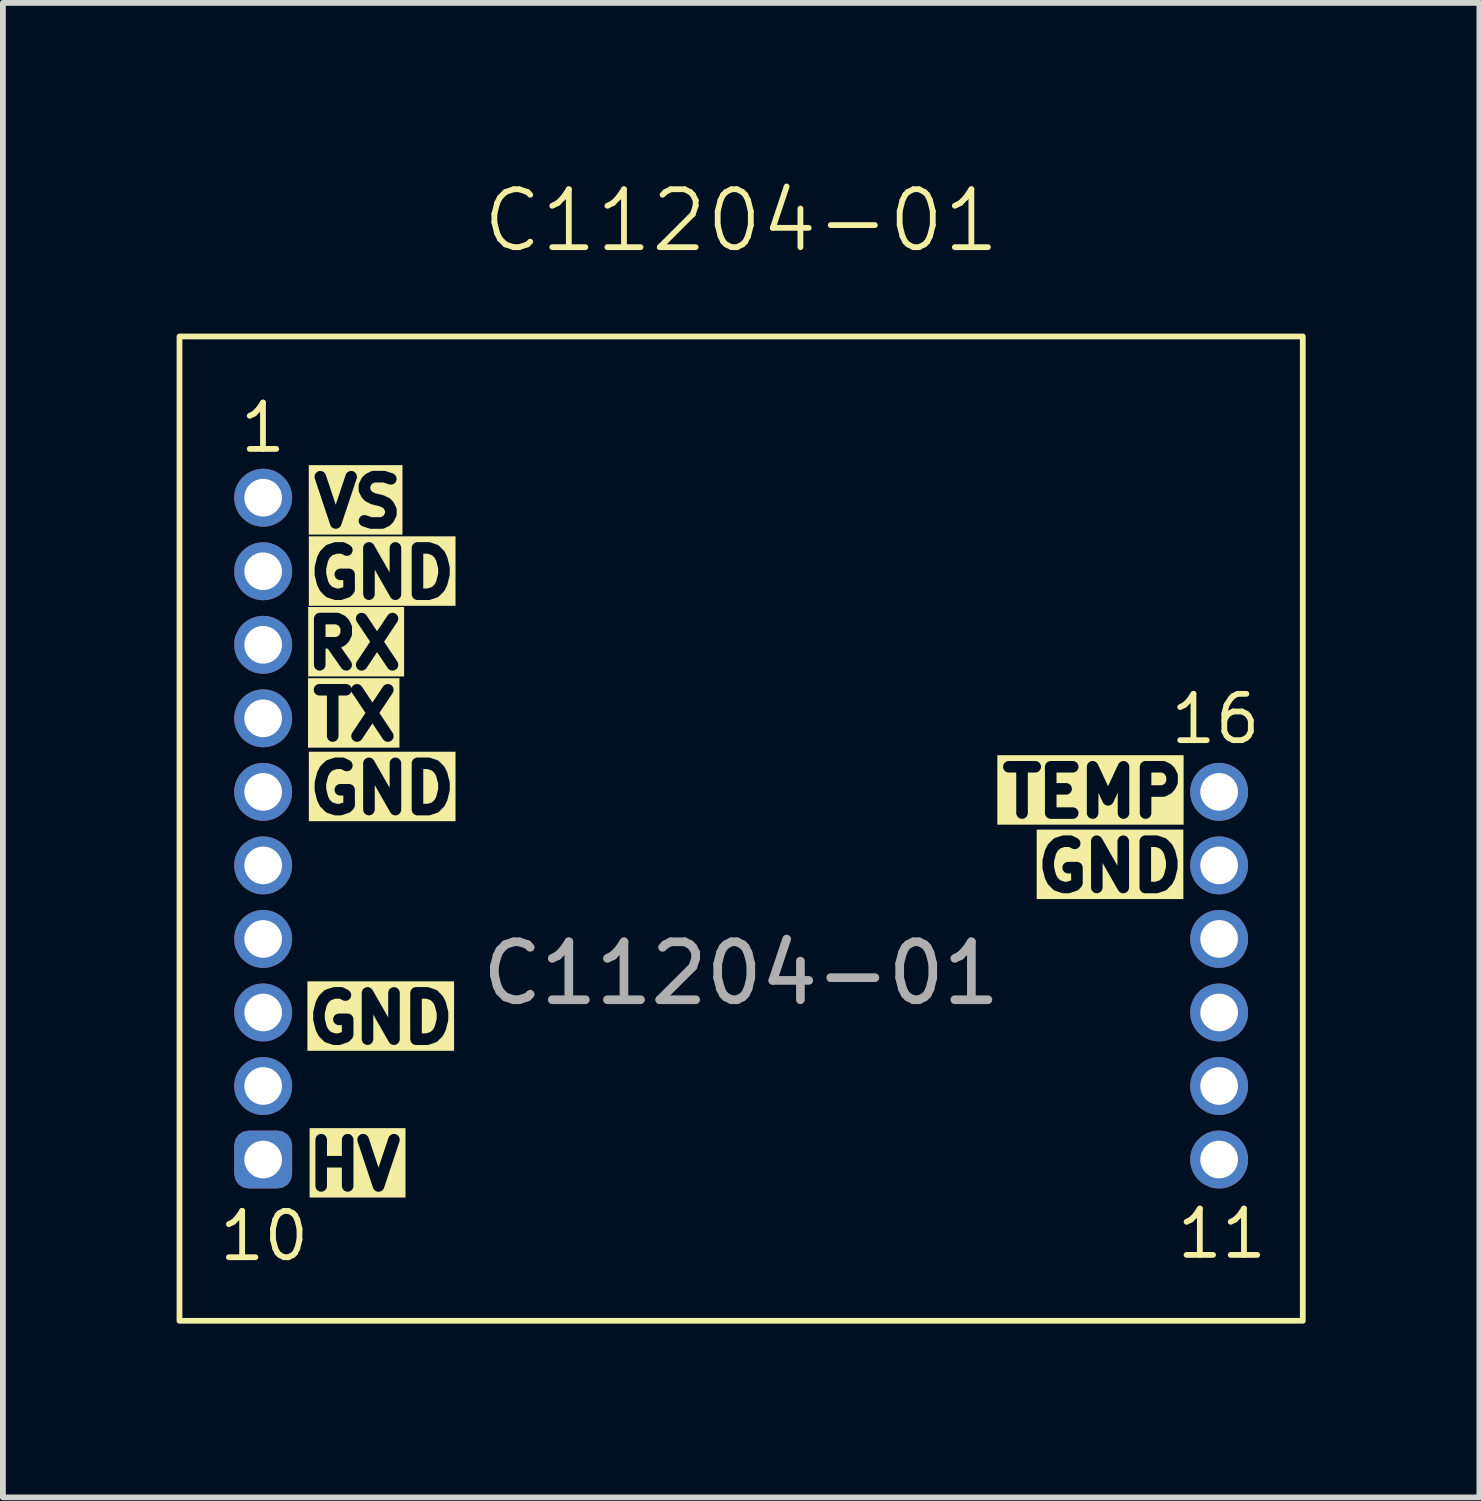
<source format=kicad_pcb>
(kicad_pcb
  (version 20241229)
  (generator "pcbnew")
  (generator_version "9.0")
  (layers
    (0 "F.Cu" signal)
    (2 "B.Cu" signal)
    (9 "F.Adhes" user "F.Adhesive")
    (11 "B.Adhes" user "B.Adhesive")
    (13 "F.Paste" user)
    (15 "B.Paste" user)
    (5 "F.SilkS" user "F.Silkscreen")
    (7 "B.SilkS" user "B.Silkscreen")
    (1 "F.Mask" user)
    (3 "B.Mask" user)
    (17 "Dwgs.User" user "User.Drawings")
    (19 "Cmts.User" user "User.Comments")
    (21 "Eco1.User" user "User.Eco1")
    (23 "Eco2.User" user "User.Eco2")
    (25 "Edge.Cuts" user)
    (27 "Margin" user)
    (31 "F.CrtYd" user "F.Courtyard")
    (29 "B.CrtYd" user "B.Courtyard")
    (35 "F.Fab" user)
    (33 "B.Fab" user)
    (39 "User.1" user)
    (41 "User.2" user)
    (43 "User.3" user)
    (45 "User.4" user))
  (footprint "C11204-01"
    (layer "F.Cu")
    (at 9.75 11.261)
    (property "Reference" "C11204-01" (at 0 -10.5 0) (unlocked yes) (layer "F.SilkS") (effects (font (size 1 1) (thickness 0.1))))
    (attr through_hole)
    (fp_rect (start -9.7 -8.5) (end 9.7 8.5) (stroke (width 0.1) (type default)) (fill no) (layer "F.SilkS"))
    (fp_text user "GND" (at -7.575 3.745 0) (unlocked yes) (layer "F.SilkS" knockout) (effects (font (size 0.8 0.8) (thickness 0.2) (bold yes)) (justify left bottom)))
    (fp_text user "TEMP" (at 4.415 -0.16 0) (unlocked yes) (layer "F.SilkS" knockout) (effects (font (size 0.8 0.8) (thickness 0.2) (bold yes)) (justify left bottom)))
    (fp_text user "VS" (at -7.476 -5.17 0) (unlocked yes) (layer "F.SilkS" knockout) (effects (font (size 0.8 0.8) (thickness 0.2) (bold yes)) (justify left bottom)))
    (fp_text user "1" (at -8.705 -6.455 0) (unlocked yes) (layer "F.SilkS") (effects (font (size 0.8 0.8) (thickness 0.1)) (justify left bottom)))
    (fp_text user "16" (at 7.365 -1.425 0) (unlocked yes) (layer "F.SilkS") (effects (font (size 0.8 0.8) (thickness 0.1)) (justify left bottom)))
    (fp_text user "TX" (at -7.49 -1.49 0) (unlocked yes) (layer "F.SilkS" knockout) (effects (font (size 0.8 0.8) (thickness 0.2) (bold yes)) (justify left bottom)))
    (fp_text user "10" (at -9.065 7.505 0) (unlocked yes) (layer "F.SilkS") (effects (font (size 0.8 0.8) (thickness 0.1)) (justify left bottom)))
    (fp_text user "GND" (at -7.55 -0.22 0) (unlocked yes) (layer "F.SilkS" knockout) (effects (font (size 0.8 0.8) (thickness 0.2) (bold yes)) (justify left bottom)))
    (fp_text user "11" (at 7.475 7.465 0) (unlocked yes) (layer "F.SilkS") (effects (font (size 0.8 0.8) (thickness 0.1)) (justify left bottom)))
    (fp_text user "RX" (at -7.6 -2.72 0) (unlocked yes) (layer "F.SilkS" knockout) (effects (font (size 0.8 0.8) (thickness 0.2) (bold yes)) (justify left bottom)))
    (fp_text user "GND" (at -7.55 -3.94 0) (unlocked yes) (layer "F.SilkS" knockout) (effects (font (size 0.8 0.8) (thickness 0.2) (bold yes)) (justify left bottom)))
    (fp_text user "HV" (at -7.575 6.28 0) (unlocked yes) (layer "F.SilkS" knockout) (effects (font (size 0.8 0.8) (thickness 0.2) (bold yes)) (justify left bottom)))
    (fp_text user "GND" (at 5.02 1.125 0) (unlocked yes) (layer "F.SilkS" knockout) (effects (font (size 0.8 0.8) (thickness 0.2) (bold yes)) (justify left bottom)))
    (fp_text user "${REFERENCE}" (at 0 2.5 0) (unlocked yes) (layer "F.Fab") (effects (font (size 1 1) (thickness 0.15))))
    (pad "1" thru_hole circle (at -8.255 -5.715) (size 1 1) (drill 0.65) (layers "*.Cu" "*.Mask"))
    (pad "2" thru_hole circle (at -8.255 -4.445) (size 1 1) (drill 0.65) (layers "*.Cu" "*.Mask"))
    (pad "3" thru_hole circle (at -8.255 -3.175) (size 1 1) (drill 0.65) (layers "*.Cu" "*.Mask"))
    (pad "4" thru_hole circle (at -8.255 -1.905) (size 1 1) (drill 0.65) (layers "*.Cu" "*.Mask"))
    (pad "5" thru_hole circle (at -8.255 -0.635) (size 1 1) (drill 0.65) (layers "*.Cu" "*.Mask"))
    (pad "6" thru_hole circle (at -8.255 0.635) (size 1 1) (drill 0.65) (layers "*.Cu" "*.Mask"))
    (pad "7" thru_hole circle (at -8.255 1.905) (size 1 1) (drill 0.65) (layers "*.Cu" "*.Mask"))
    (pad "8" thru_hole circle (at -8.255 3.175) (size 1 1) (drill 0.65) (layers "*.Cu" "*.Mask"))
    (pad "9" thru_hole circle (at -8.255 4.445) (size 1 1) (drill 0.65) (layers "*.Cu" "*.Mask"))
    (pad "10" thru_hole roundrect (at -8.255 5.715) (size 1 1) (drill 0.65) (layers "*.Cu" "*.Mask") (roundrect_rratio 0.25))
    (pad "11" thru_hole circle (at 8.255 5.715) (size 1 1) (drill 0.65) (layers "*.Cu" "*.Mask"))
    (pad "12" thru_hole circle (at 8.255 4.445) (size 1 1) (drill 0.65) (layers "*.Cu" "*.Mask"))
    (pad "13" thru_hole circle (at 8.255 3.175) (size 1 1) (drill 0.65) (layers "*.Cu" "*.Mask"))
    (pad "14" thru_hole circle (at 8.255 1.905) (size 1 1) (drill 0.65) (layers "*.Cu" "*.Mask"))
    (pad "15" thru_hole circle (at 8.255 0.635) (size 1 1) (drill 0.65) (layers "*.Cu" "*.Mask"))
    (pad "16" thru_hole circle (at 8.255 -0.635) (size 1 1) (drill 0.65) (layers "*.Cu" "*.Mask")))
  (gr_rect
    (start -3 -3)
    (end 22.5 22.811)
    (stroke (width 0.1) (type default))
    (fill no)
    (layer "Edge.Cuts")))
</source>
